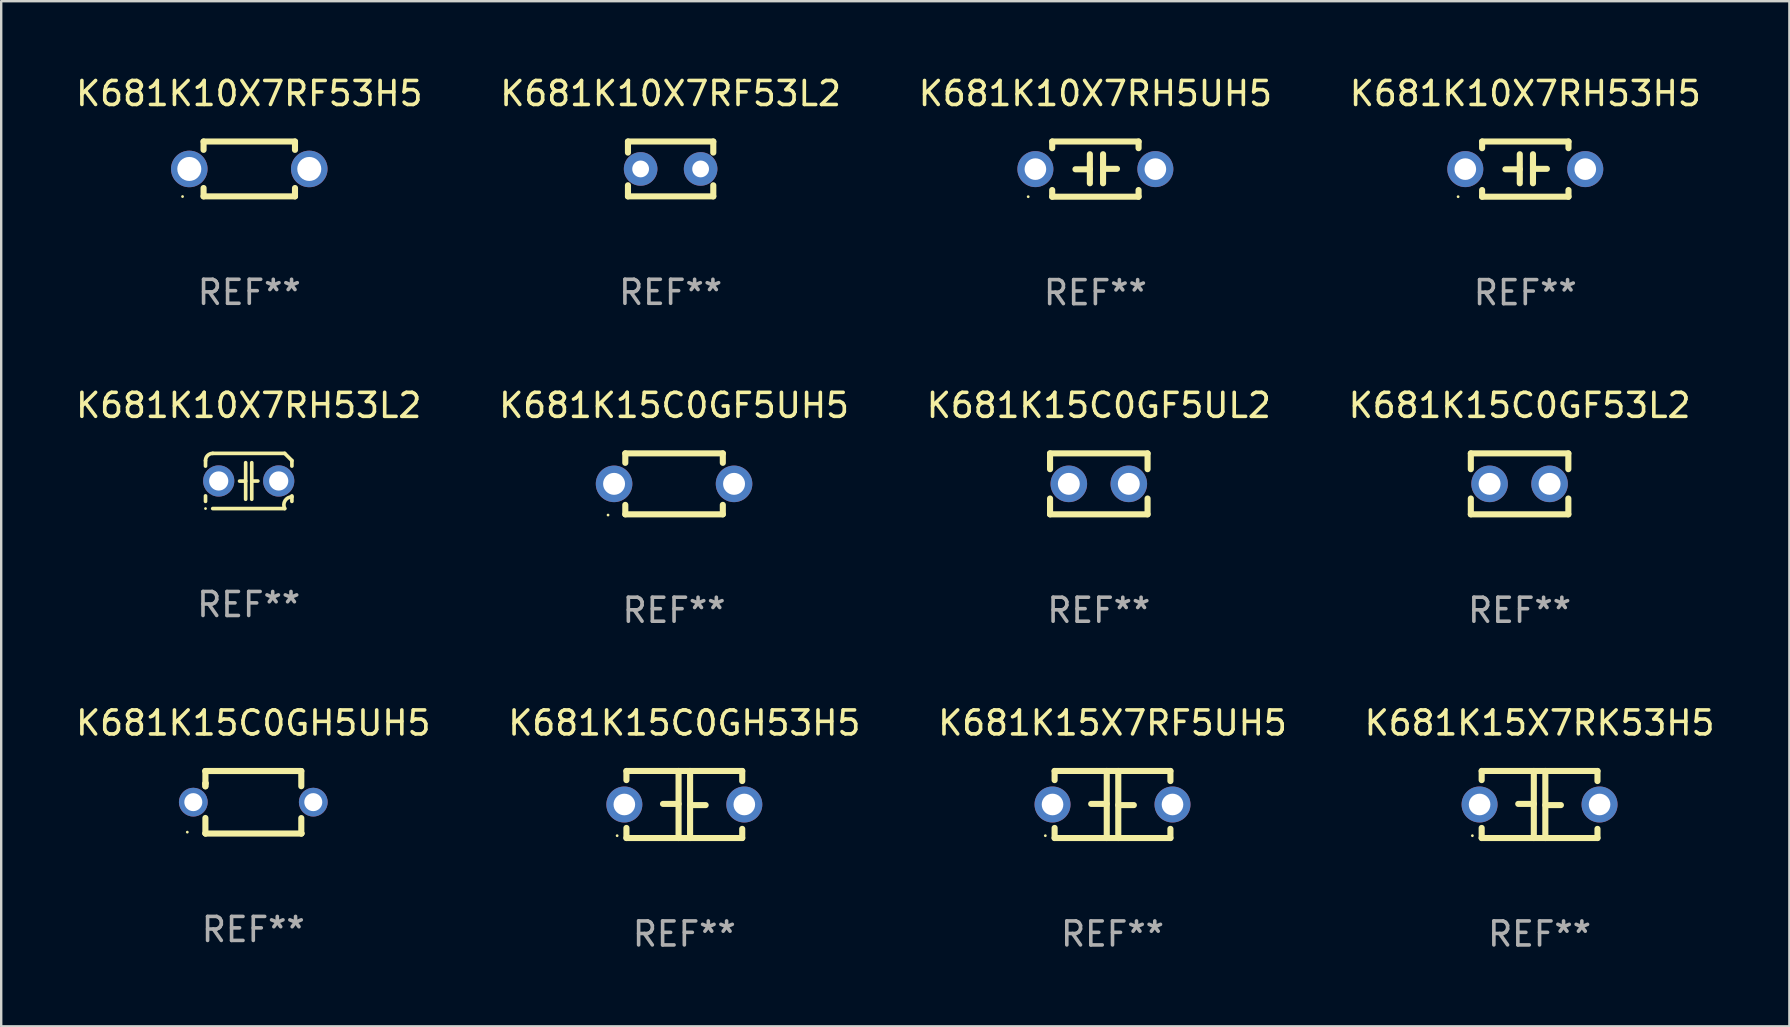
<source format=kicad_pcb>
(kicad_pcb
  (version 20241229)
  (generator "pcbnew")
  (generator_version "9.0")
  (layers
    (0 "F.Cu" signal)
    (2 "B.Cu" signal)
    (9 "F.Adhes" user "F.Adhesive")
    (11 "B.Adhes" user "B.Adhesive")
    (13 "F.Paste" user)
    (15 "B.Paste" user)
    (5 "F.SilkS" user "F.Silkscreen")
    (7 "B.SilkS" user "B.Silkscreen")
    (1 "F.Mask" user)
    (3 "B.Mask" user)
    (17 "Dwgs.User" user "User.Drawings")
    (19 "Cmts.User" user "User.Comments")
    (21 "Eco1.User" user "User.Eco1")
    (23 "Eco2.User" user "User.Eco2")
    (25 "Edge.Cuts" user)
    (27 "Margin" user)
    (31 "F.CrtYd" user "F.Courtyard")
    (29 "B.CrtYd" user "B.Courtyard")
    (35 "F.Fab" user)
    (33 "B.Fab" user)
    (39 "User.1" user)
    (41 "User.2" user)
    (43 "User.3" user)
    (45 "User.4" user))
  (footprint "K681K15C0GH5UH5"
    (layer "F.Cu")
    (at 7.506 30.385)
    (property "Reference" "K681K15C0GH5UH5" (at 0 -3.303 0) (layer "F.SilkS") (effects (font (size 1 1) (thickness 0.15))))
    (attr through_hole)
    (fp_line (start -1.996 -0.782) (end -1.983 -0.795) (stroke (width 0.254) (type solid)) (layer "F.SilkS"))
    (fp_line (start -1.996 -0.665) (end -1.996 -0.782) (stroke (width 0.254) (type solid)) (layer "F.SilkS"))
    (fp_line (start -1.996 1.297) (end -1.996 0.655) (stroke (width 0.254) (type solid)) (layer "F.SilkS"))
    (fp_line (start -1.996 -1.303) (end 2.001 -1.303) (stroke (width 0.254) (type solid)) (layer "F.SilkS"))
    (fp_line (start -1.995 -1.303) (end -1.996 -1.303) (stroke (width 0.254) (type solid)) (layer "F.SilkS"))
    (fp_line (start -1.995 -0.664) (end -1.995 -1.303) (stroke (width 0.254) (type solid)) (layer "F.SilkS"))
    (fp_line (start -1.99 1.303) (end -1.996 1.297) (stroke (width 0.254) (type solid)) (layer "F.SilkS"))
    (fp_line (start 2.001 -1.303) (end 2.001 -0.669) (stroke (width 0.254) (type solid)) (layer "F.SilkS"))
    (fp_line (start 2.001 0.659) (end 2.001 1.297) (stroke (width 0.254) (type solid)) (layer "F.SilkS"))
    (fp_line (start 2.001 1.297) (end 2.008 1.303) (stroke (width 0.254) (type solid)) (layer "F.SilkS"))
    (fp_line (start 2.008 1.303) (end -1.99 1.303) (stroke (width 0.254) (type solid)) (layer "F.SilkS"))
    (fp_circle (center -2.75 1.245) (end -2.72 1.245) (stroke (width 0.06) (type solid)) (fill no) (layer "F.SilkS"))
    (fp_text user "REF**" (at 0 5.303 0) (layer "F.Fab") (effects (font (size 1 1) (thickness 0.15))))
    (pad "1" thru_hole circle (at -2.5 -0.005) (size 1.2 1.2) (drill 0.75) (layers "*.Cu" "*.Mask"))
    (pad "2" thru_hole circle (at 2.5 -0.005) (size 1.2 1.2) (drill 0.75) (layers "*.Cu" "*.Mask")))
  (footprint "K681K10X7RF53H5"
    (layer "F.Cu")
    (at 7.339 3.991)
    (property "Reference" "K681K10X7RF53H5" (at 0 -3.143 0) (layer "F.SilkS") (effects (font (size 1 1) (thickness 0.15))))
    (attr through_hole)
    (fp_line (start -1.905 -1.143) (end 1.905 -1.143) (stroke (width 0.254) (type solid)) (layer "F.SilkS"))
    (fp_line (start -1.905 -0.795) (end -1.905 -1.143) (stroke (width 0.254) (type solid)) (layer "F.SilkS"))
    (fp_line (start -1.905 1.143) (end -1.905 0.795) (stroke (width 0.254) (type solid)) (layer "F.SilkS"))
    (fp_line (start 1.905 -1.143) (end 1.905 -0.795) (stroke (width 0.254) (type solid)) (layer "F.SilkS"))
    (fp_line (start 1.905 0.795) (end 1.905 1.143) (stroke (width 0.254) (type solid)) (layer "F.SilkS"))
    (fp_line (start 1.905 1.143) (end -1.905 1.143) (stroke (width 0.254) (type solid)) (layer "F.SilkS"))
    (fp_circle (center -2.781 1.15) (end -2.751 1.15) (stroke (width 0.06) (type solid)) (fill no) (layer "F.SilkS"))
    (fp_text user "REF**" (at 0 5.143 0) (layer "F.Fab") (effects (font (size 1 1) (thickness 0.15))))
    (pad "1" thru_hole circle (at -2.5 0) (size 1.524 1.524) (drill 1) (layers "*.Cu" "*.Mask"))
    (pad "2" thru_hole circle (at 2.5 0) (size 1.524 1.524) (drill 1) (layers "*.Cu" "*.Mask")))
  (footprint "K681K10X7RH53H5"
    (layer "F.Cu")
    (at 60.518 3.998)
    (property "Reference" "K681K10X7RH53H5" (at 0 -3.15 0) (layer "F.SilkS") (effects (font (size 1 1) (thickness 0.15))))
    (attr through_hole)
    (fp_line (start -1.8 -1.15) (end -1.8 -0.872) (stroke (width 0.254) (type solid)) (layer "F.SilkS"))
    (fp_line (start -1.8 -1.15) (end 1.8 -1.15) (stroke (width 0.254) (type solid)) (layer "F.SilkS"))
    (fp_line (start -1.8 0.872) (end -1.8 1.15) (stroke (width 0.254) (type solid)) (layer "F.SilkS"))
    (fp_line (start -1.8 1.15) (end 1.8 1.15) (stroke (width 0.254) (type solid)) (layer "F.SilkS"))
    (fp_line (start -0.23 -0.62) (end -0.23 0.59) (stroke (width 0.254) (type solid)) (layer "F.SilkS"))
    (fp_line (start -0.23 0.007) (end -0.83 0.007) (stroke (width 0.254) (type solid)) (layer "F.SilkS"))
    (fp_line (start 0.32 -0.62) (end 0.32 0.59) (stroke (width 0.254) (type solid)) (layer "F.SilkS"))
    (fp_line (start 0.32 -0.012) (end 0.9 -0.012) (stroke (width 0.254) (type solid)) (layer "F.SilkS"))
    (fp_line (start 1.8 -1.15) (end 1.8 -0.872) (stroke (width 0.254) (type solid)) (layer "F.SilkS"))
    (fp_line (start 1.8 0.872) (end 1.8 1.15) (stroke (width 0.254) (type solid)) (layer "F.SilkS"))
    (fp_circle (center -2.8 1.15) (end -2.77 1.15) (stroke (width 0.06) (type solid)) (fill no) (layer "F.SilkS"))
    (fp_text user "REF**" (at 0 5.15 0) (layer "F.Fab") (effects (font (size 1 1) (thickness 0.15))))
    (pad "1" thru_hole circle (at -2.5 0) (size 1.5 1.5) (drill 0.9) (layers "*.Cu" "*.Mask"))
    (pad "2" thru_hole circle (at 2.5 0) (size 1.5 1.5) (drill 0.9) (layers "*.Cu" "*.Mask")))
  (footprint "K681K15X7RK53H5"
    (layer "F.Cu")
    (at 61.113 30.478)
    (property "Reference" "K681K15X7RK53H5" (at 0 -3.397 0) (layer "F.SilkS") (effects (font (size 1 1) (thickness 0.15))))
    (attr through_hole)
    (fp_line (start -2.413 -1.397) (end 2.413 -1.397) (stroke (width 0.254) (type solid)) (layer "F.SilkS"))
    (fp_line (start -2.413 -1.016) (end -2.413 -1.397) (stroke (width 0.254) (type solid)) (layer "F.SilkS"))
    (fp_line (start -2.413 0.977) (end -2.413 1.397) (stroke (width 0.254) (type solid)) (layer "F.SilkS"))
    (fp_line (start -0.24 -0.025) (end -0.889 -0.025) (stroke (width 0.254) (type solid)) (layer "F.SilkS"))
    (fp_line (start -0.24 1.397) (end -0.24 -1.397) (stroke (width 0.254) (type solid)) (layer "F.SilkS"))
    (fp_line (start 0.24 -1.397) (end 0.24 1.397) (stroke (width 0.254) (type solid)) (layer "F.SilkS"))
    (fp_line (start 0.24 0.025) (end 0.889 0.025) (stroke (width 0.254) (type solid)) (layer "F.SilkS"))
    (fp_line (start 2.413 -0.977) (end 2.413 -1.397) (stroke (width 0.254) (type solid)) (layer "F.SilkS"))
    (fp_line (start 2.413 1.016) (end 2.413 1.397) (stroke (width 0.254) (type solid)) (layer "F.SilkS"))
    (fp_line (start 2.413 1.397) (end -2.413 1.397) (stroke (width 0.254) (type solid)) (layer "F.SilkS"))
    (fp_circle (center -2.8 1.3) (end -2.77 1.3) (stroke (width 0.06) (type solid)) (fill no) (layer "F.SilkS"))
    (fp_text user "REF**" (at 0 5.397 0) (layer "F.Fab") (effects (font (size 1 1) (thickness 0.15))))
    (pad "1" thru_hole circle (at -2.5 0) (size 1.5 1.5) (drill 0.9) (layers "*.Cu" "*.Mask"))
    (pad "2" thru_hole circle (at 2.5 0) (size 1.5 1.5) (drill 0.9) (layers "*.Cu" "*.Mask")))
  (footprint "K681K10X7RH5UH5"
    (layer "F.Cu")
    (at 42.601 3.998)
    (property "Reference" "K681K10X7RH5UH5" (at 0 -3.15 0) (layer "F.SilkS") (effects (font (size 1 1) (thickness 0.15))))
    (attr through_hole)
    (fp_line (start -1.8 -1.15) (end -1.8 -0.872) (stroke (width 0.254) (type solid)) (layer "F.SilkS"))
    (fp_line (start -1.8 -1.15) (end 1.8 -1.15) (stroke (width 0.254) (type solid)) (layer "F.SilkS"))
    (fp_line (start -1.8 0.872) (end -1.8 1.15) (stroke (width 0.254) (type solid)) (layer "F.SilkS"))
    (fp_line (start -1.8 1.15) (end 1.8 1.15) (stroke (width 0.254) (type solid)) (layer "F.SilkS"))
    (fp_line (start -0.23 -0.62) (end -0.23 0.59) (stroke (width 0.254) (type solid)) (layer "F.SilkS"))
    (fp_line (start -0.23 0.007) (end -0.83 0.007) (stroke (width 0.254) (type solid)) (layer "F.SilkS"))
    (fp_line (start 0.32 -0.62) (end 0.32 0.59) (stroke (width 0.254) (type solid)) (layer "F.SilkS"))
    (fp_line (start 0.32 -0.012) (end 0.9 -0.012) (stroke (width 0.254) (type solid)) (layer "F.SilkS"))
    (fp_line (start 1.8 -1.15) (end 1.8 -0.872) (stroke (width 0.254) (type solid)) (layer "F.SilkS"))
    (fp_line (start 1.8 0.872) (end 1.8 1.15) (stroke (width 0.254) (type solid)) (layer "F.SilkS"))
    (fp_circle (center -2.8 1.15) (end -2.77 1.15) (stroke (width 0.06) (type solid)) (fill no) (layer "F.SilkS"))
    (fp_text user "REF**" (at 0 5.15 0) (layer "F.Fab") (effects (font (size 1 1) (thickness 0.15))))
    (pad "1" thru_hole circle (at -2.5 0) (size 1.5 1.5) (drill 0.9) (layers "*.Cu" "*.Mask"))
    (pad "2" thru_hole circle (at 2.5 0) (size 1.5 1.5) (drill 0.9) (layers "*.Cu" "*.Mask")))
  (footprint "K681K10X7RH53L2"
    (layer "F.Cu")
    (at 7.315 16.995)
    (property "Reference" "K681K10X7RH53L2" (at 0 -3.15 0) (layer "F.SilkS") (effects (font (size 1 1) (thickness 0.15))))
    (attr through_hole)
    (fp_line (start -1.8 -0.621) (end -1.8 -0.85) (stroke (width 0.152) (type solid)) (layer "F.SilkS"))
    (fp_line (start -1.8 0.85) (end -1.8 0.621) (stroke (width 0.152) (type solid)) (layer "F.SilkS"))
    (fp_line (start -1.5 -1.15) (end 1.5 -1.15) (stroke (width 0.152) (type solid)) (layer "F.SilkS"))
    (fp_line (start -0.127 -0.762) (end -0.127 0.762) (stroke (width 0.152) (type solid)) (layer "F.SilkS"))
    (fp_line (start -0.127 0.005) (end -0.381 0.005) (stroke (width 0.152) (type solid)) (layer "F.SilkS"))
    (fp_line (start 0.127 -0.762) (end 0.127 0.762) (stroke (width 0.152) (type solid)) (layer "F.SilkS"))
    (fp_line (start 0.127 0.002) (end 0.381 0.002) (stroke (width 0.152) (type solid)) (layer "F.SilkS"))
    (fp_line (start 1.5 1.15) (end -1.5 1.15) (stroke (width 0.152) (type solid)) (layer "F.SilkS"))
    (fp_line (start 1.8 -0.85) (end 1.8 -0.621) (stroke (width 0.152) (type solid)) (layer "F.SilkS"))
    (fp_line (start 1.8 0.621) (end 1.8 0.85) (stroke (width 0.152) (type solid)) (layer "F.SilkS"))
    (fp_arc (start -1.799975 -0.849987) (mid -1.712107 -1.062119) (end -1.499975 -1.149987) (stroke (width 0.151994) (type solid)) (layer "F.SilkS"))
    (fp_arc (start 1.499975 1.149987) (mid 1.513726 0.822359) (end 1.799975 0.662387) (stroke (width 0.151994) (type solid)) (layer "F.SilkS"))
    (fp_arc (start 1.500001 -1.149986) (mid 1.650015 -1.000001) (end 1.8 -0.849987) (stroke (width 0.151994) (type solid)) (layer "F.SilkS"))
    (fp_circle (center -1.8 1.15) (end -1.77 1.15) (stroke (width 0.06) (type solid)) (fill no) (layer "F.SilkS"))
    (fp_text user "REF**" (at 0 5.15 0) (layer "F.Fab") (effects (font (size 1 1) (thickness 0.15))))
    (pad "1" thru_hole circle (at -1.25 0) (size 1.3 1.3) (drill 0.8) (layers "*.Cu" "*.Mask"))
    (pad "2" thru_hole circle (at 1.25 0) (size 1.3 1.3) (drill 0.8) (layers "*.Cu" "*.Mask")))
  (footprint "K681K15C0GH53H5"
    (layer "F.Cu")
    (at 25.47 30.478)
    (property "Reference" "K681K15C0GH53H5" (at 0 -3.397 0) (layer "F.SilkS") (effects (font (size 1 1) (thickness 0.15))))
    (attr through_hole)
    (fp_line (start -2.413 -1.397) (end 2.413 -1.397) (stroke (width 0.254) (type solid)) (layer "F.SilkS"))
    (fp_line (start -2.413 -1.016) (end -2.413 -1.397) (stroke (width 0.254) (type solid)) (layer "F.SilkS"))
    (fp_line (start -2.413 0.977) (end -2.413 1.397) (stroke (width 0.254) (type solid)) (layer "F.SilkS"))
    (fp_line (start -0.24 -0.025) (end -0.889 -0.025) (stroke (width 0.254) (type solid)) (layer "F.SilkS"))
    (fp_line (start -0.24 1.397) (end -0.24 -1.397) (stroke (width 0.254) (type solid)) (layer "F.SilkS"))
    (fp_line (start 0.24 -1.397) (end 0.24 1.397) (stroke (width 0.254) (type solid)) (layer "F.SilkS"))
    (fp_line (start 0.24 0.025) (end 0.889 0.025) (stroke (width 0.254) (type solid)) (layer "F.SilkS"))
    (fp_line (start 2.413 -0.977) (end 2.413 -1.397) (stroke (width 0.254) (type solid)) (layer "F.SilkS"))
    (fp_line (start 2.413 1.016) (end 2.413 1.397) (stroke (width 0.254) (type solid)) (layer "F.SilkS"))
    (fp_line (start 2.413 1.397) (end -2.413 1.397) (stroke (width 0.254) (type solid)) (layer "F.SilkS"))
    (fp_circle (center -2.8 1.3) (end -2.77 1.3) (stroke (width 0.06) (type solid)) (fill no) (layer "F.SilkS"))
    (fp_text user "REF**" (at 0 5.397 0) (layer "F.Fab") (effects (font (size 1 1) (thickness 0.15))))
    (pad "1" thru_hole circle (at -2.5 0) (size 1.5 1.5) (drill 0.9) (layers "*.Cu" "*.Mask"))
    (pad "2" thru_hole circle (at 2.5 0) (size 1.5 1.5) (drill 0.9) (layers "*.Cu" "*.Mask")))
  (footprint "K681K15X7RF5UH5"
    (layer "F.Cu")
    (at 43.315 30.478)
    (property "Reference" "K681K15X7RF5UH5" (at 0 -3.397 0) (layer "F.SilkS") (effects (font (size 1 1) (thickness 0.15))))
    (attr through_hole)
    (fp_line (start -2.413 -1.397) (end 2.413 -1.397) (stroke (width 0.254) (type solid)) (layer "F.SilkS"))
    (fp_line (start -2.413 -1.016) (end -2.413 -1.397) (stroke (width 0.254) (type solid)) (layer "F.SilkS"))
    (fp_line (start -2.413 0.977) (end -2.413 1.397) (stroke (width 0.254) (type solid)) (layer "F.SilkS"))
    (fp_line (start -0.24 -0.025) (end -0.889 -0.025) (stroke (width 0.254) (type solid)) (layer "F.SilkS"))
    (fp_line (start -0.24 1.397) (end -0.24 -1.397) (stroke (width 0.254) (type solid)) (layer "F.SilkS"))
    (fp_line (start 0.24 -1.397) (end 0.24 1.397) (stroke (width 0.254) (type solid)) (layer "F.SilkS"))
    (fp_line (start 0.24 0.025) (end 0.889 0.025) (stroke (width 0.254) (type solid)) (layer "F.SilkS"))
    (fp_line (start 2.413 -0.977) (end 2.413 -1.397) (stroke (width 0.254) (type solid)) (layer "F.SilkS"))
    (fp_line (start 2.413 1.016) (end 2.413 1.397) (stroke (width 0.254) (type solid)) (layer "F.SilkS"))
    (fp_line (start 2.413 1.397) (end -2.413 1.397) (stroke (width 0.254) (type solid)) (layer "F.SilkS"))
    (fp_circle (center -2.8 1.3) (end -2.77 1.3) (stroke (width 0.06) (type solid)) (fill no) (layer "F.SilkS"))
    (fp_text user "REF**" (at 0 5.397 0) (layer "F.Fab") (effects (font (size 1 1) (thickness 0.15))))
    (pad "1" thru_hole circle (at -2.5 0) (size 1.5 1.5) (drill 0.9) (layers "*.Cu" "*.Mask"))
    (pad "2" thru_hole circle (at 2.5 0) (size 1.5 1.5) (drill 0.9) (layers "*.Cu" "*.Mask")))
  (footprint "K681K15C0GF5UH5"
    (layer "F.Cu")
    (at 25.042 17.115)
    (property "Reference" "K681K15C0GF5UH5" (at 0 -3.27 0) (layer "F.SilkS") (effects (font (size 1 1) (thickness 0.15))))
    (attr through_hole)
    (fp_line (start -2.032 -1.27) (end -2.032 -0.876) (stroke (width 0.254) (type solid)) (layer "F.SilkS"))
    (fp_line (start -2.032 0.876) (end -2.032 1.27) (stroke (width 0.254) (type solid)) (layer "F.SilkS"))
    (fp_line (start -2.032 1.27) (end 2.032 1.27) (stroke (width 0.254) (type solid)) (layer "F.SilkS"))
    (fp_line (start 2.032 -1.27) (end -2.032 -1.27) (stroke (width 0.254) (type solid)) (layer "F.SilkS"))
    (fp_line (start 2.032 -0.876) (end 2.032 -1.27) (stroke (width 0.254) (type solid)) (layer "F.SilkS"))
    (fp_line (start 2.032 1.27) (end 2.032 0.876) (stroke (width 0.254) (type solid)) (layer "F.SilkS"))
    (fp_circle (center -2.751 1.3) (end -2.721 1.3) (stroke (width 0.06) (type solid)) (fill no) (layer "F.SilkS"))
    (fp_text user "REF**" (at 0 5.27 0) (layer "F.Fab") (effects (font (size 1 1) (thickness 0.15))))
    (pad "1" thru_hole circle (at -2.5 0) (size 1.524 1.524) (drill 0.914) (layers "*.Cu" "*.Mask"))
    (pad "2" thru_hole circle (at 2.5 0) (size 1.524 1.524) (drill 0.914) (layers "*.Cu" "*.Mask")))
  (footprint "K681K15C0GF5UL2"
    (layer "F.Cu")
    (at 42.744 17.115)
    (property "Reference" "K681K15C0GF5UL2" (at 0 -3.27 0) (layer "F.SilkS") (effects (font (size 1 1) (thickness 0.15))))
    (attr through_hole)
    (fp_line (start -2.032 -1.27) (end -2.032 -0.611) (stroke (width 0.254) (type solid)) (layer "F.SilkS"))
    (fp_line (start -2.032 0.611) (end -2.032 1.27) (stroke (width 0.254) (type solid)) (layer "F.SilkS"))
    (fp_line (start -2.032 1.27) (end 2.032 1.27) (stroke (width 0.254) (type solid)) (layer "F.SilkS"))
    (fp_line (start 2.032 -1.27) (end -2.032 -1.27) (stroke (width 0.254) (type solid)) (layer "F.SilkS"))
    (fp_line (start 2.032 -0.611) (end 2.032 -1.27) (stroke (width 0.254) (type solid)) (layer "F.SilkS"))
    (fp_line (start 2.032 1.27) (end 2.032 0.611) (stroke (width 0.254) (type solid)) (layer "F.SilkS"))
    (fp_circle (center -2 1.3) (end -1.97 1.3) (stroke (width 0.06) (type solid)) (fill no) (layer "F.SilkS"))
    (fp_text user "REF**" (at 0 5.27 0) (layer "F.Fab") (effects (font (size 1 1) (thickness 0.15))))
    (pad "1" thru_hole circle (at -1.25 0) (size 1.524 1.524) (drill 0.914) (layers "*.Cu" "*.Mask"))
    (pad "2" thru_hole circle (at 1.25 0) (size 1.524 1.524) (drill 0.914) (layers "*.Cu" "*.Mask")))
  (footprint "K681K10X7RF53L2"
    (layer "F.Cu")
    (at 24.899 3.991)
    (property "Reference" "K681K10X7RF53L2" (at 0 -3.143 0) (layer "F.SilkS") (effects (font (size 1 1) (thickness 0.15))))
    (attr through_hole)
    (fp_line (start -1.778 -1.143) (end 1.778 -1.143) (stroke (width 0.254) (type solid)) (layer "F.SilkS"))
    (fp_line (start -1.778 -0.681) (end -1.778 -1.143) (stroke (width 0.254) (type solid)) (layer "F.SilkS"))
    (fp_line (start -1.778 1.143) (end -1.778 0.681) (stroke (width 0.254) (type solid)) (layer "F.SilkS"))
    (fp_line (start 1.778 -1.143) (end 1.778 -0.681) (stroke (width 0.254) (type solid)) (layer "F.SilkS"))
    (fp_line (start 1.778 0.681) (end 1.778 1.143) (stroke (width 0.254) (type solid)) (layer "F.SilkS"))
    (fp_line (start 1.778 1.143) (end -1.778 1.143) (stroke (width 0.254) (type solid)) (layer "F.SilkS"))
    (fp_circle (center -1.8 1.15) (end -1.77 1.15) (stroke (width 0.06) (type solid)) (fill no) (layer "F.SilkS"))
    (fp_text user "REF**" (at 0 5.143 0) (layer "F.Fab") (effects (font (size 1 1) (thickness 0.15))))
    (pad "1" thru_hole circle (at -1.25 0) (size 1.4 1.4) (drill 0.7) (layers "*.Cu" "*.Mask"))
    (pad "2" thru_hole circle (at 1.25 0) (size 1.4 1.4) (drill 0.7) (layers "*.Cu" "*.Mask")))
  (footprint "K681K15C0GF53L2"
    (layer "F.Cu")
    (at 60.28 17.115)
    (property "Reference" "K681K15C0GF53L2" (at 0 -3.27 0) (layer "F.SilkS") (effects (font (size 1 1) (thickness 0.15))))
    (attr through_hole)
    (fp_line (start -2.032 -1.27) (end -2.032 -0.611) (stroke (width 0.254) (type solid)) (layer "F.SilkS"))
    (fp_line (start -2.032 0.611) (end -2.032 1.27) (stroke (width 0.254) (type solid)) (layer "F.SilkS"))
    (fp_line (start -2.032 1.27) (end 2.032 1.27) (stroke (width 0.254) (type solid)) (layer "F.SilkS"))
    (fp_line (start 2.032 -1.27) (end -2.032 -1.27) (stroke (width 0.254) (type solid)) (layer "F.SilkS"))
    (fp_line (start 2.032 -0.611) (end 2.032 -1.27) (stroke (width 0.254) (type solid)) (layer "F.SilkS"))
    (fp_line (start 2.032 1.27) (end 2.032 0.611) (stroke (width 0.254) (type solid)) (layer "F.SilkS"))
    (fp_circle (center -2 1.3) (end -1.97 1.3) (stroke (width 0.06) (type solid)) (fill no) (layer "F.SilkS"))
    (fp_text user "REF**" (at 0 5.27 0) (layer "F.Fab") (effects (font (size 1 1) (thickness 0.15))))
    (pad "1" thru_hole circle (at -1.25 0) (size 1.524 1.524) (drill 0.914) (layers "*.Cu" "*.Mask"))
    (pad "2" thru_hole circle (at 1.25 0) (size 1.524 1.524) (drill 0.914) (layers "*.Cu" "*.Mask")))
  (gr_rect
    (start -3 -3)
    (end 71.524 39.724)
    (stroke (width 0.1) (type default))
    (fill no)
    (layer "Edge.Cuts")))
</source>
